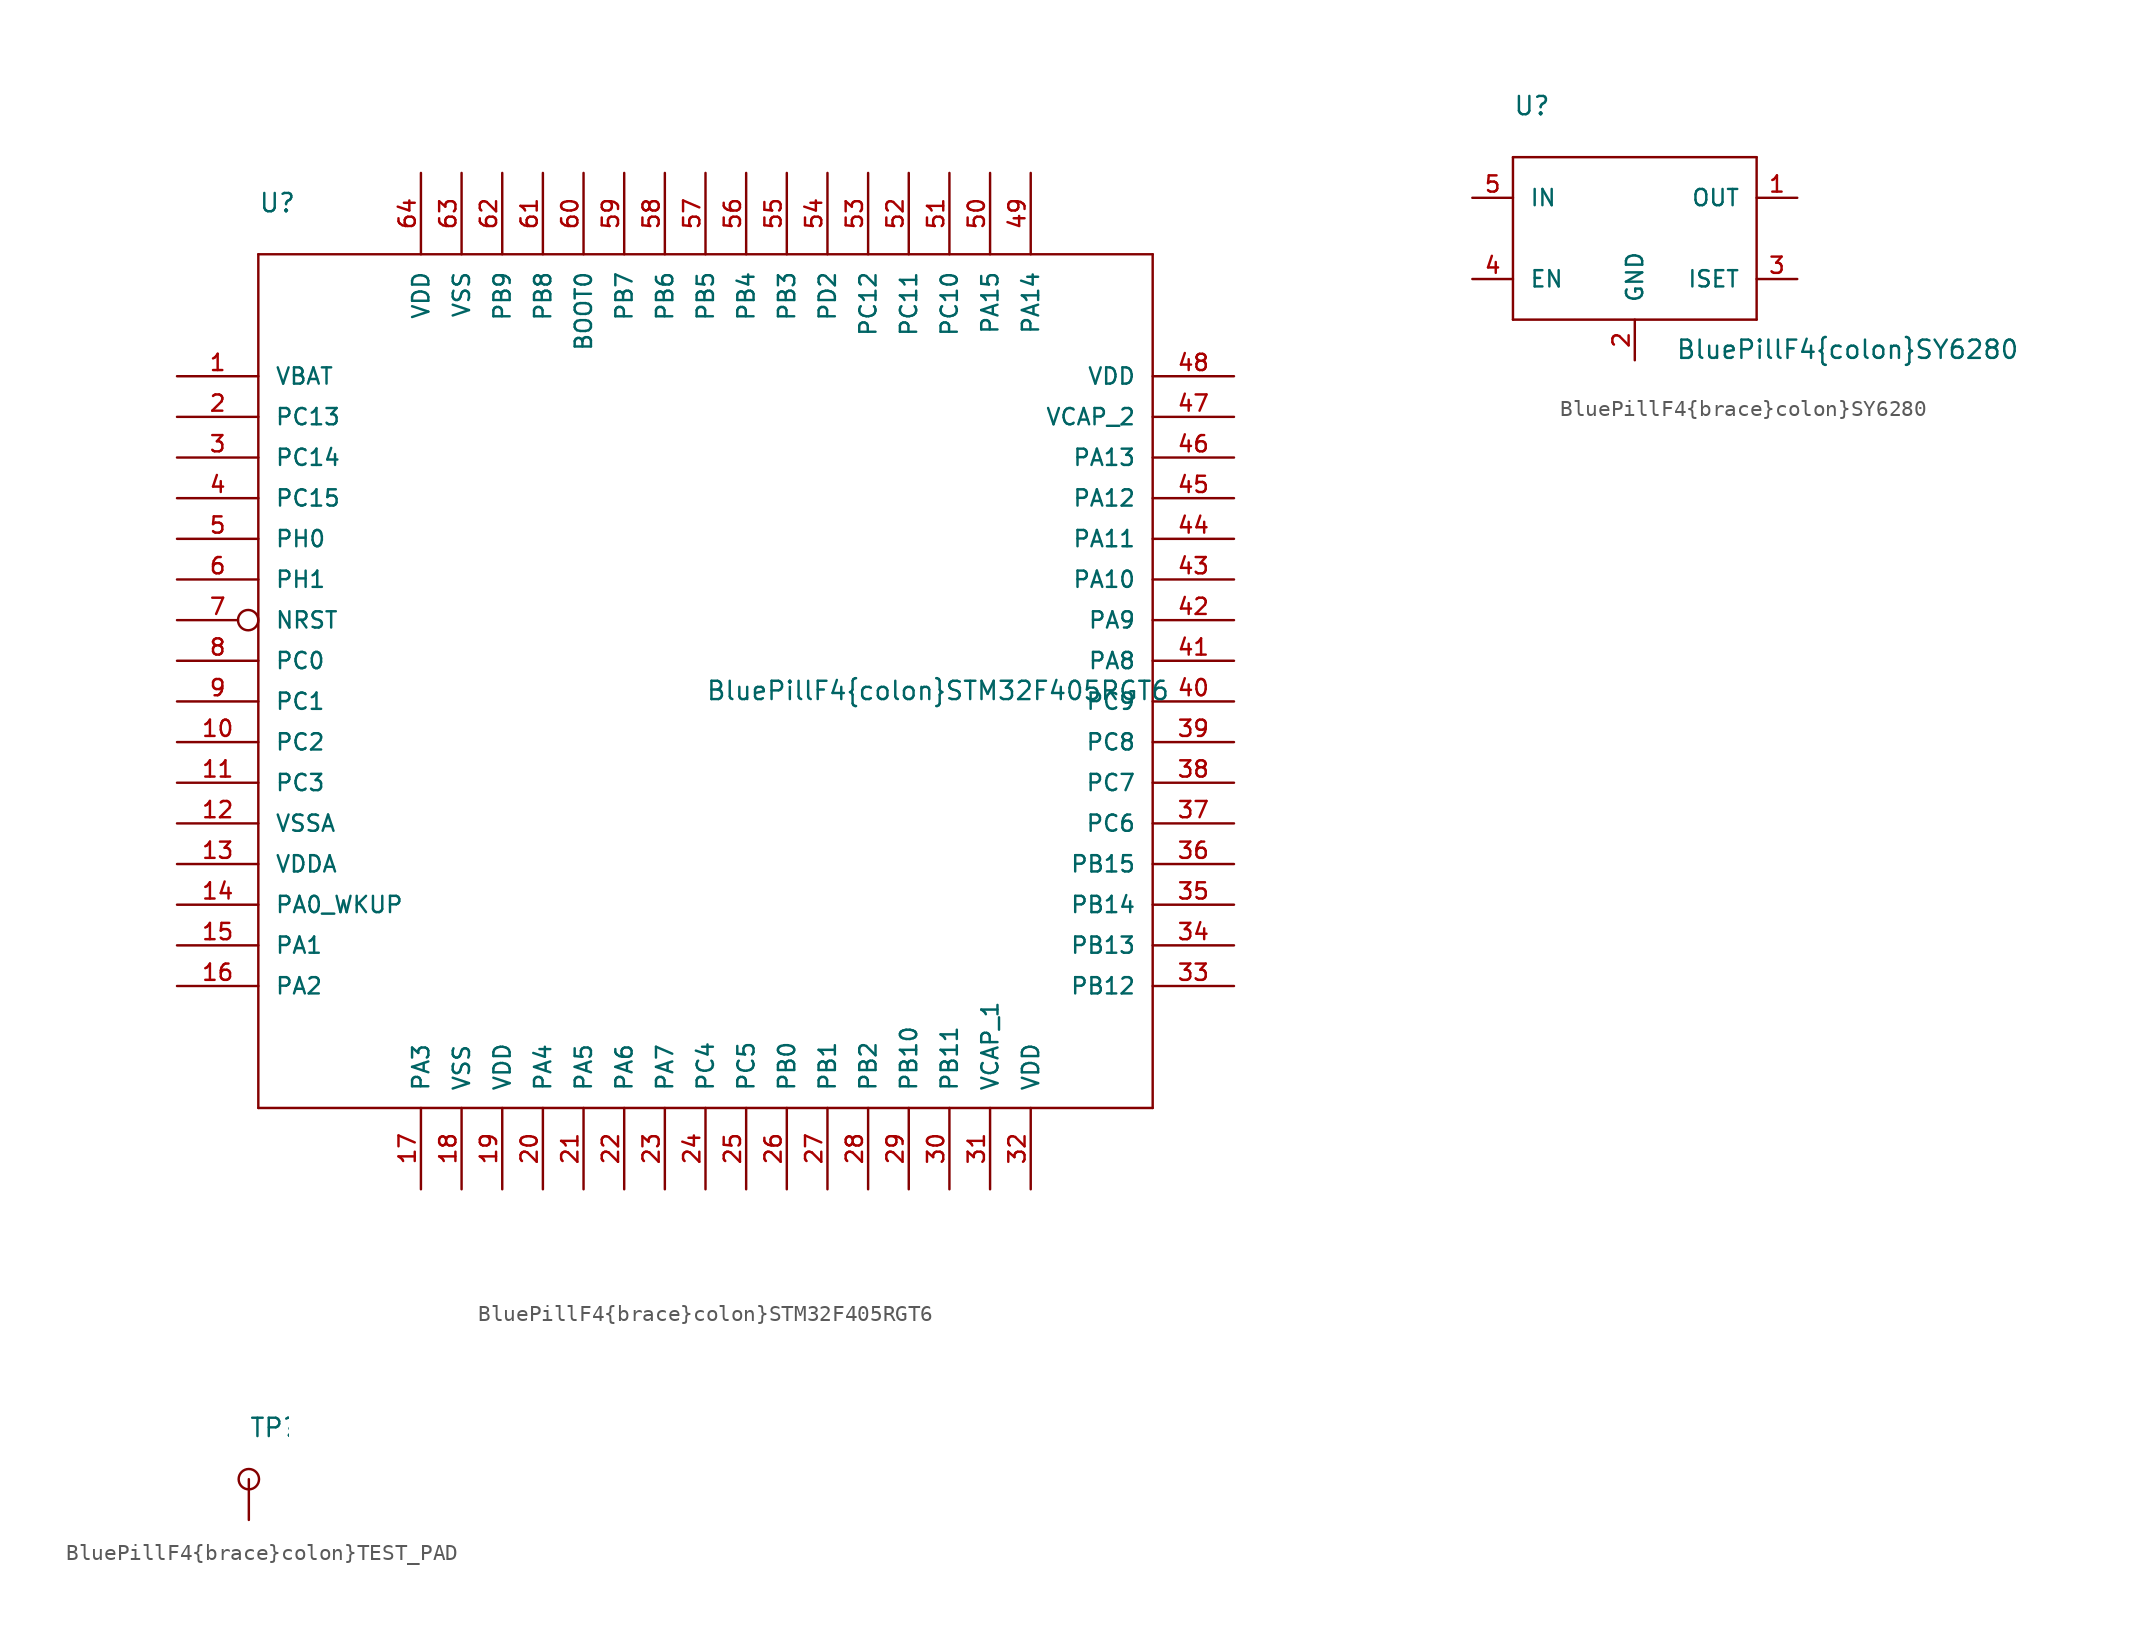
<source format=kicad_sym>
(kicad_symbol_lib
  (version 20211014)
  (generator kicad_symbol_editor)
  (symbol "BluePillF4{brace}colon}STM32F405RGT6"
    (pin_names
      (offset 1.016))
    (property "Reference" "U"
      (at -27.94 30.48 0)
      (effects (font (size 1.143 1.143)) (justify left bottom)))
    (property "Value" "BluePillF4{brace}colon}STM32F405RGT6"
      (at 0 0 0)
      (effects (font (size 1.143 1.143)) (justify left bottom)))
    (property "ki_locked" ""
      (at 0 0 0)
      (effects (font (size 1.27 1.27))))
    (symbol "BluePillF4{brace}colon}STM32F405RGT6_1_0"
      (polyline (pts (xy -27.94 -25.4) (xy -27.94 27.94)) (stroke (width 0) (type default) (color 0 0 0 0)) (fill (type none)))
      (polyline (pts (xy -27.94 27.94) (xy 27.94 27.94)) (stroke (width 0) (type default) (color 0 0 0 0)) (fill (type none)))
      (polyline (pts (xy 27.94 -25.4) (xy -27.94 -25.4)) (stroke (width 0) (type default) (color 0 0 0 0)) (fill (type none)))
      (polyline (pts (xy 27.94 27.94) (xy 27.94 -25.4)) (stroke (width 0) (type default) (color 0 0 0 0)) (fill (type none))))
    (symbol "BluePillF4{brace}colon}STM32F405RGT6_1_1"
      (pin power_in line (at -33.02 20.32 0) (length 5.08) (name "VBAT" (effects (font (size 1.016 1.016)))) (number "1" (effects (font (size 1.016 1.016)))))
      (pin bidirectional line (at -33.02 -2.54 0) (length 5.08) (name "PC2" (effects (font (size 1.016 1.016)))) (number "10" (effects (font (size 1.016 1.016)))))
      (pin bidirectional line (at -33.02 -5.08 0) (length 5.08) (name "PC3" (effects (font (size 1.016 1.016)))) (number "11" (effects (font (size 1.016 1.016)))))
      (pin power_in line (at -33.02 -7.62 0) (length 5.08) (name "VSSA" (effects (font (size 1.016 1.016)))) (number "12" (effects (font (size 1.016 1.016)))))
      (pin power_in line (at -33.02 -10.16 0) (length 5.08) (name "VDDA" (effects (font (size 1.016 1.016)))) (number "13" (effects (font (size 1.016 1.016)))))
      (pin bidirectional line (at -33.02 -12.7 0) (length 5.08) (name "PA0_WKUP" (effects (font (size 1.016 1.016)))) (number "14" (effects (font (size 1.016 1.016)))))
      (pin bidirectional line (at -33.02 -15.24 0) (length 5.08) (name "PA1" (effects (font (size 1.016 1.016)))) (number "15" (effects (font (size 1.016 1.016)))))
      (pin bidirectional line (at -33.02 -17.78 0) (length 5.08) (name "PA2" (effects (font (size 1.016 1.016)))) (number "16" (effects (font (size 1.016 1.016)))))
      (pin bidirectional line (at -17.78 -30.48 90) (length 5.08) (name "PA3" (effects (font (size 1.016 1.016)))) (number "17" (effects (font (size 1.016 1.016)))))
      (pin power_in line (at -15.24 -30.48 90) (length 5.08) (name "VSS" (effects (font (size 1.016 1.016)))) (number "18" (effects (font (size 1.016 1.016)))))
      (pin power_in line (at -12.7 -30.48 90) (length 5.08) (name "VDD" (effects (font (size 1.016 1.016)))) (number "19" (effects (font (size 1.016 1.016)))))
      (pin bidirectional line (at -33.02 17.78 0) (length 5.08) (name "PC13" (effects (font (size 1.016 1.016)))) (number "2" (effects (font (size 1.016 1.016)))))
      (pin bidirectional line (at -10.16 -30.48 90) (length 5.08) (name "PA4" (effects (font (size 1.016 1.016)))) (number "20" (effects (font (size 1.016 1.016)))))
      (pin bidirectional line (at -7.62 -30.48 90) (length 5.08) (name "PA5" (effects (font (size 1.016 1.016)))) (number "21" (effects (font (size 1.016 1.016)))))
      (pin bidirectional line (at -5.08 -30.48 90) (length 5.08) (name "PA6" (effects (font (size 1.016 1.016)))) (number "22" (effects (font (size 1.016 1.016)))))
      (pin bidirectional line (at -2.54 -30.48 90) (length 5.08) (name "PA7" (effects (font (size 1.016 1.016)))) (number "23" (effects (font (size 1.016 1.016)))))
      (pin bidirectional line (at 0 -30.48 90) (length 5.08) (name "PC4" (effects (font (size 1.016 1.016)))) (number "24" (effects (font (size 1.016 1.016)))))
      (pin bidirectional line (at 2.54 -30.48 90) (length 5.08) (name "PC5" (effects (font (size 1.016 1.016)))) (number "25" (effects (font (size 1.016 1.016)))))
      (pin bidirectional line (at 5.08 -30.48 90) (length 5.08) (name "PB0" (effects (font (size 1.016 1.016)))) (number "26" (effects (font (size 1.016 1.016)))))
      (pin bidirectional line (at 7.62 -30.48 90) (length 5.08) (name "PB1" (effects (font (size 1.016 1.016)))) (number "27" (effects (font (size 1.016 1.016)))))
      (pin bidirectional line (at 10.16 -30.48 90) (length 5.08) (name "PB2" (effects (font (size 1.016 1.016)))) (number "28" (effects (font (size 1.016 1.016)))))
      (pin bidirectional line (at 12.7 -30.48 90) (length 5.08) (name "PB10" (effects (font (size 1.016 1.016)))) (number "29" (effects (font (size 1.016 1.016)))))
      (pin bidirectional line (at -33.02 15.24 0) (length 5.08) (name "PC14" (effects (font (size 1.016 1.016)))) (number "3" (effects (font (size 1.016 1.016)))))
      (pin bidirectional line (at 15.24 -30.48 90) (length 5.08) (name "PB11" (effects (font (size 1.016 1.016)))) (number "30" (effects (font (size 1.016 1.016)))))
      (pin passive line (at 17.78 -30.48 90) (length 5.08) (name "VCAP_1" (effects (font (size 1.016 1.016)))) (number "31" (effects (font (size 1.016 1.016)))))
      (pin power_in line (at 20.32 -30.48 90) (length 5.08) (name "VDD" (effects (font (size 1.016 1.016)))) (number "32" (effects (font (size 1.016 1.016)))))
      (pin bidirectional line (at 33.02 -17.78 180) (length 5.08) (name "PB12" (effects (font (size 1.016 1.016)))) (number "33" (effects (font (size 1.016 1.016)))))
      (pin bidirectional line (at 33.02 -15.24 180) (length 5.08) (name "PB13" (effects (font (size 1.016 1.016)))) (number "34" (effects (font (size 1.016 1.016)))))
      (pin bidirectional line (at 33.02 -12.7 180) (length 5.08) (name "PB14" (effects (font (size 1.016 1.016)))) (number "35" (effects (font (size 1.016 1.016)))))
      (pin bidirectional line (at 33.02 -10.16 180) (length 5.08) (name "PB15" (effects (font (size 1.016 1.016)))) (number "36" (effects (font (size 1.016 1.016)))))
      (pin bidirectional line (at 33.02 -7.62 180) (length 5.08) (name "PC6" (effects (font (size 1.016 1.016)))) (number "37" (effects (font (size 1.016 1.016)))))
      (pin bidirectional line (at 33.02 -5.08 180) (length 5.08) (name "PC7" (effects (font (size 1.016 1.016)))) (number "38" (effects (font (size 1.016 1.016)))))
      (pin bidirectional line (at 33.02 -2.54 180) (length 5.08) (name "PC8" (effects (font (size 1.016 1.016)))) (number "39" (effects (font (size 1.016 1.016)))))
      (pin bidirectional line (at -33.02 12.7 0) (length 5.08) (name "PC15" (effects (font (size 1.016 1.016)))) (number "4" (effects (font (size 1.016 1.016)))))
      (pin bidirectional line (at 33.02 0 180) (length 5.08) (name "PC9" (effects (font (size 1.016 1.016)))) (number "40" (effects (font (size 1.016 1.016)))))
      (pin bidirectional line (at 33.02 2.54 180) (length 5.08) (name "PA8" (effects (font (size 1.016 1.016)))) (number "41" (effects (font (size 1.016 1.016)))))
      (pin bidirectional line (at 33.02 5.08 180) (length 5.08) (name "PA9" (effects (font (size 1.016 1.016)))) (number "42" (effects (font (size 1.016 1.016)))))
      (pin bidirectional line (at 33.02 7.62 180) (length 5.08) (name "PA10" (effects (font (size 1.016 1.016)))) (number "43" (effects (font (size 1.016 1.016)))))
      (pin bidirectional line (at 33.02 10.16 180) (length 5.08) (name "PA11" (effects (font (size 1.016 1.016)))) (number "44" (effects (font (size 1.016 1.016)))))
      (pin bidirectional line (at 33.02 12.7 180) (length 5.08) (name "PA12" (effects (font (size 1.016 1.016)))) (number "45" (effects (font (size 1.016 1.016)))))
      (pin bidirectional line (at 33.02 15.24 180) (length 5.08) (name "PA13" (effects (font (size 1.016 1.016)))) (number "46" (effects (font (size 1.016 1.016)))))
      (pin passive line (at 33.02 17.78 180) (length 5.08) (name "VCAP_2" (effects (font (size 1.016 1.016)))) (number "47" (effects (font (size 1.016 1.016)))))
      (pin power_in line (at 33.02 20.32 180) (length 5.08) (name "VDD" (effects (font (size 1.016 1.016)))) (number "48" (effects (font (size 1.016 1.016)))))
      (pin bidirectional line (at 20.32 33.02 270) (length 5.08) (name "PA14" (effects (font (size 1.016 1.016)))) (number "49" (effects (font (size 1.016 1.016)))))
      (pin bidirectional line (at -33.02 10.16 0) (length 5.08) (name "PH0" (effects (font (size 1.016 1.016)))) (number "5" (effects (font (size 1.016 1.016)))))
      (pin bidirectional line (at 17.78 33.02 270) (length 5.08) (name "PA15" (effects (font (size 1.016 1.016)))) (number "50" (effects (font (size 1.016 1.016)))))
      (pin bidirectional line (at 15.24 33.02 270) (length 5.08) (name "PC10" (effects (font (size 1.016 1.016)))) (number "51" (effects (font (size 1.016 1.016)))))
      (pin bidirectional line (at 12.7 33.02 270) (length 5.08) (name "PC11" (effects (font (size 1.016 1.016)))) (number "52" (effects (font (size 1.016 1.016)))))
      (pin bidirectional line (at 10.16 33.02 270) (length 5.08) (name "PC12" (effects (font (size 1.016 1.016)))) (number "53" (effects (font (size 1.016 1.016)))))
      (pin bidirectional line (at 7.62 33.02 270) (length 5.08) (name "PD2" (effects (font (size 1.016 1.016)))) (number "54" (effects (font (size 1.016 1.016)))))
      (pin bidirectional line (at 5.08 33.02 270) (length 5.08) (name "PB3" (effects (font (size 1.016 1.016)))) (number "55" (effects (font (size 1.016 1.016)))))
      (pin bidirectional line (at 2.54 33.02 270) (length 5.08) (name "PB4" (effects (font (size 1.016 1.016)))) (number "56" (effects (font (size 1.016 1.016)))))
      (pin bidirectional line (at 0 33.02 270) (length 5.08) (name "PB5" (effects (font (size 1.016 1.016)))) (number "57" (effects (font (size 1.016 1.016)))))
      (pin bidirectional line (at -2.54 33.02 270) (length 5.08) (name "PB6" (effects (font (size 1.016 1.016)))) (number "58" (effects (font (size 1.016 1.016)))))
      (pin bidirectional line (at -5.08 33.02 270) (length 5.08) (name "PB7" (effects (font (size 1.016 1.016)))) (number "59" (effects (font (size 1.016 1.016)))))
      (pin bidirectional line (at -33.02 7.62 0) (length 5.08) (name "PH1" (effects (font (size 1.016 1.016)))) (number "6" (effects (font (size 1.016 1.016)))))
      (pin bidirectional line (at -7.62 33.02 270) (length 5.08) (name "BOOT0" (effects (font (size 1.016 1.016)))) (number "60" (effects (font (size 1.016 1.016)))))
      (pin bidirectional line (at -10.16 33.02 270) (length 5.08) (name "PB8" (effects (font (size 1.016 1.016)))) (number "61" (effects (font (size 1.016 1.016)))))
      (pin bidirectional line (at -12.7 33.02 270) (length 5.08) (name "PB9" (effects (font (size 1.016 1.016)))) (number "62" (effects (font (size 1.016 1.016)))))
      (pin power_in line (at -15.24 33.02 270) (length 5.08) (name "VSS" (effects (font (size 1.016 1.016)))) (number "63" (effects (font (size 1.016 1.016)))))
      (pin power_in line (at -17.78 33.02 270) (length 5.08) (name "VDD" (effects (font (size 1.016 1.016)))) (number "64" (effects (font (size 1.016 1.016)))))
      (pin input inverted (at -33.02 5.08 0) (length 5.08) (name "NRST" (effects (font (size 1.016 1.016)))) (number "7" (effects (font (size 1.016 1.016)))))
      (pin bidirectional line (at -33.02 2.54 0) (length 5.08) (name "PC0" (effects (font (size 1.016 1.016)))) (number "8" (effects (font (size 1.016 1.016)))))
      (pin bidirectional line (at -33.02 0 0) (length 5.08) (name "PC1" (effects (font (size 1.016 1.016)))) (number "9" (effects (font (size 1.016 1.016)))))))
  (symbol "BluePillF4{brace}colon}SY6280"
    (pin_names
      (offset 1.016))
    (property "Reference" "U"
      (at -10.16 7.62 0)
      (effects (font (size 1.143 1.143)) (justify left bottom)))
    (property "Value" "BluePillF4{brace}colon}SY6280"
      (at 0 -7.62 0)
      (effects (font (size 1.143 1.143)) (justify left bottom)))
    (property "ki_locked" ""
      (at 0 0 0)
      (effects (font (size 1.27 1.27))))
    (symbol "BluePillF4{brace}colon}SY6280_1_0"
      (polyline (pts (xy -10.16 -5.08) (xy -10.16 5.08)) (stroke (width 0) (type default) (color 0 0 0 0)) (fill (type none)))
      (polyline (pts (xy -10.16 5.08) (xy 5.08 5.08)) (stroke (width 0) (type default) (color 0 0 0 0)) (fill (type none)))
      (polyline (pts (xy 5.08 -5.08) (xy -10.16 -5.08)) (stroke (width 0) (type default) (color 0 0 0 0)) (fill (type none)))
      (polyline (pts (xy 5.08 5.08) (xy 5.08 -5.08)) (stroke (width 0) (type default) (color 0 0 0 0)) (fill (type none))))
    (symbol "BluePillF4{brace}colon}SY6280_1_1"
      (pin power_out line (at 7.62 2.54 180) (length 2.54) (name "OUT" (effects (font (size 1.016 1.016)))) (number "1" (effects (font (size 1.016 1.016)))))
      (pin power_in line (at -2.54 -7.62 90) (length 2.54) (name "GND" (effects (font (size 1.016 1.016)))) (number "2" (effects (font (size 1.016 1.016)))))
      (pin passive line (at 7.62 -2.54 180) (length 2.54) (name "ISET" (effects (font (size 1.016 1.016)))) (number "3" (effects (font (size 1.016 1.016)))))
      (pin input line (at -12.7 -2.54 0) (length 2.54) (name "EN" (effects (font (size 1.016 1.016)))) (number "4" (effects (font (size 1.016 1.016)))))
      (pin power_in line (at -12.7 2.54 0) (length 2.54) (name "IN" (effects (font (size 1.016 1.016)))) (number "5" (effects (font (size 1.016 1.016)))))))
  (symbol "BluePillF4{brace}colon}TEST_PAD"
    (pin_numbers hide)
    (pin_names
      (offset 1.016) hide)
    (property "Reference" "TP"
      (at 0 5.08 0)
      (effects (font (size 1.143 1.143)) (justify left bottom)))
    (property "ki_locked" ""
      (at 0 0 0)
      (effects (font (size 1.27 1.27))))
    (symbol "BluePillF4{brace}colon}TEST_PAD_1_1"
      (circle (center 0 2.54) (radius 0.635) (stroke (width 0) (type default) (color 0 0 0 0)) (fill (type none)))
      (pin passive line (at 0 0 90) (length 2.54) (name "PP" (effects (font (size 1.016 1.016)))) (number "1" (effects (font (size 1.016 1.016))))))))
</source>
